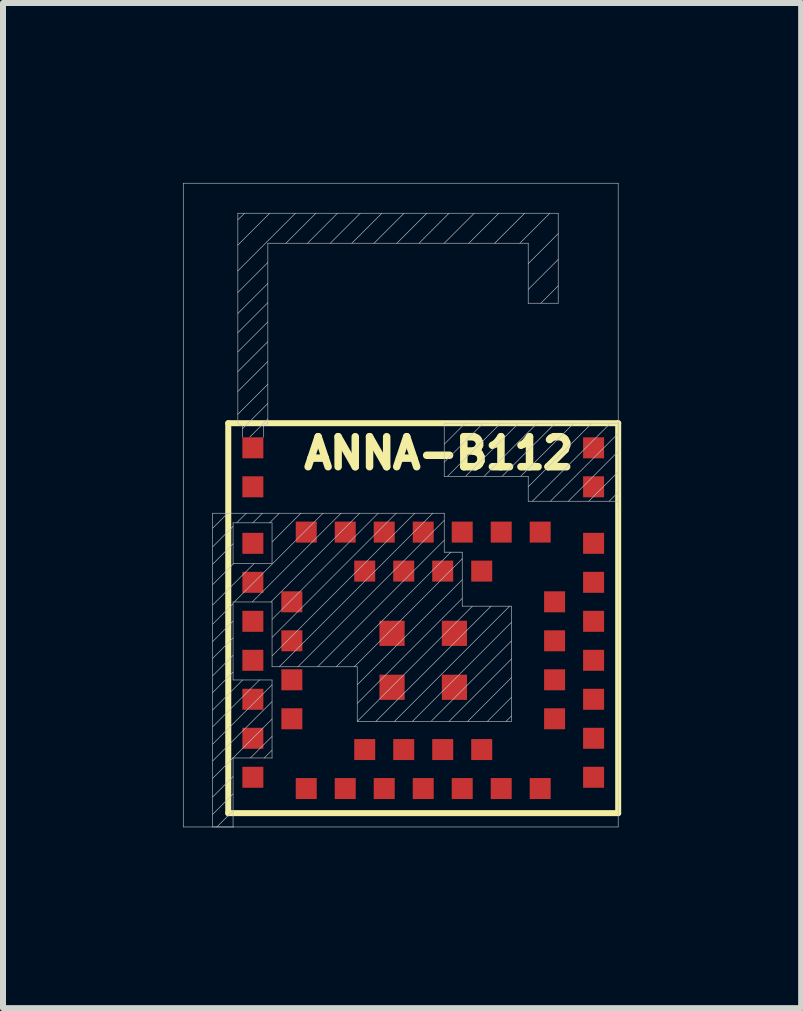
<source format=kicad_pcb>
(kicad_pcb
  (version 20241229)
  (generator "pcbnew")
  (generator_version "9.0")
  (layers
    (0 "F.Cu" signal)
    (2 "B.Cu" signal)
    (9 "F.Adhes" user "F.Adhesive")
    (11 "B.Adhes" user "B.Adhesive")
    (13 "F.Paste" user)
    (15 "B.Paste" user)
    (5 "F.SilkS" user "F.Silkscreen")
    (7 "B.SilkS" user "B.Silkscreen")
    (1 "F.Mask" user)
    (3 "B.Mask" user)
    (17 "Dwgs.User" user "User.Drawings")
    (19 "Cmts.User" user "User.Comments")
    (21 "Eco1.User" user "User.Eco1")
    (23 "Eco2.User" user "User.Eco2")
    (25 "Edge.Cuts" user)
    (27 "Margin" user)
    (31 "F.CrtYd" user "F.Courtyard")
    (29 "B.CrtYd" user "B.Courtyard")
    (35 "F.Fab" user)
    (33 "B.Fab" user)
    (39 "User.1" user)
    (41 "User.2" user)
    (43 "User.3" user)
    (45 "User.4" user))
  (footprint "ANNA-B112"
    (layer "F.Cu")
    (at 0.755 10.505)
    (property "Reference" "ANNA-B112" (at 3.51 -6 0) (layer "F.SilkS") (effects (font (size 0.5 0.5) (thickness 0.125))))
    (attr smd)
    (fp_line (start 0 -6.5) (end 6.5 -6.5) (stroke (width 0.1) (type solid)) (layer "F.SilkS"))
    (fp_line (start 0 0) (end 0 -6.5) (stroke (width 0.1) (type solid)) (layer "F.SilkS"))
    (fp_line (start 0 0) (end 6.5 0) (stroke (width 0.1) (type solid)) (layer "F.SilkS"))
    (fp_line (start 6.5 -6.5) (end 6.5 0) (stroke (width 0.1) (type solid)) (layer "F.SilkS"))
    (fp_line (start -0.75 -10.5) (end -0.75 0.23) (stroke (width 0.01) (type solid)) (layer "Dwgs.User"))
    (fp_line (start -0.75 0.23) (end 6.5 0.23) (stroke (width 0.01) (type solid)) (layer "Dwgs.User"))
    (fp_line (start -0.26 -5) (end 3.6 -5) (stroke (width 0.01) (type solid)) (layer "Dwgs.User"))
    (fp_line (start -0.26 -4.75) (end -0.01 -5) (stroke (width 0.01) (type solid)) (layer "Dwgs.User"))
    (fp_line (start -0.26 -4.44) (end 0.08 -4.78) (stroke (width 0.01) (type solid)) (layer "Dwgs.User"))
    (fp_line (start -0.26 -4.15) (end 0.08 -4.49) (stroke (width 0.01) (type solid)) (layer "Dwgs.User"))
    (fp_line (start -0.26 -3.81) (end 0.09 -4.16) (stroke (width 0.01) (type solid)) (layer "Dwgs.User"))
    (fp_line (start -0.26 -3.47) (end 0.43 -4.16) (stroke (width 0.01) (type solid)) (layer "Dwgs.User"))
    (fp_line (start -0.26 -3.15) (end 0.08 -3.49) (stroke (width 0.01) (type solid)) (layer "Dwgs.User"))
    (fp_line (start -0.26 -2.86) (end 0.08 -3.2) (stroke (width 0.01) (type solid)) (layer "Dwgs.User"))
    (fp_line (start -0.26 -2.58) (end 0.08 -2.92) (stroke (width 0.01) (type solid)) (layer "Dwgs.User"))
    (fp_line (start -0.26 -2.29) (end 0.08 -2.63) (stroke (width 0.01) (type solid)) (layer "Dwgs.User"))
    (fp_line (start -0.26 -2.01) (end 0.08 -2.35) (stroke (width 0.01) (type solid)) (layer "Dwgs.User"))
    (fp_line (start -0.26 -1.72) (end 0.24 -2.22) (stroke (width 0.01) (type solid)) (layer "Dwgs.User"))
    (fp_line (start -0.26 -1.44) (end 0.52 -2.22) (stroke (width 0.01) (type solid)) (layer "Dwgs.User"))
    (fp_line (start -0.26 -1.15) (end 0.73 -2.14) (stroke (width 0.01) (type solid)) (layer "Dwgs.User"))
    (fp_line (start -0.26 -0.87) (end 0.73 -1.86) (stroke (width 0.01) (type solid)) (layer "Dwgs.User"))
    (fp_line (start -0.26 -0.58) (end 0.08 -0.92) (stroke (width 0.01) (type solid)) (layer "Dwgs.User"))
    (fp_line (start -0.26 -0.27) (end 0.08 -0.61) (stroke (width 0.01) (type solid)) (layer "Dwgs.User"))
    (fp_line (start -0.26 0.02) (end 0.08 -0.32) (stroke (width 0.01) (type solid)) (layer "Dwgs.User"))
    (fp_line (start -0.26 0.23) (end -0.26 -5) (stroke (width 0.01) (type solid)) (layer "Dwgs.User"))
    (fp_line (start -0.19 0.23) (end 0.08 -0.04) (stroke (width 0.01) (type solid)) (layer "Dwgs.User"))
    (fp_line (start 0.08 -4.84) (end 0.73 -4.84) (stroke (width 0.01) (type solid)) (layer "Dwgs.User"))
    (fp_line (start 0.08 -4.16) (end 0.08 -4.84) (stroke (width 0.01) (type solid)) (layer "Dwgs.User"))
    (fp_line (start 0.08 -3.52) (end 0.08 -2.22) (stroke (width 0.01) (type solid)) (layer "Dwgs.User"))
    (fp_line (start 0.08 -2.22) (end 0.73 -2.22) (stroke (width 0.01) (type solid)) (layer "Dwgs.User"))
    (fp_line (start 0.08 -0.92) (end 0.08 0.23) (stroke (width 0.01) (type solid)) (layer "Dwgs.User"))
    (fp_line (start 0.08 -0.92) (end 0.73 -1.57) (stroke (width 0.01) (type solid)) (layer "Dwgs.User"))
    (fp_line (start 0.09 0.23) (end -0.26 0.23) (stroke (width 0.01) (type solid)) (layer "Dwgs.User"))
    (fp_line (start 0.1 -3.52) (end 1.58 -5) (stroke (width 0.01) (type solid)) (layer "Dwgs.User"))
    (fp_line (start 0.14 -4.84) (end 0.3 -5) (stroke (width 0.01) (type solid)) (layer "Dwgs.User"))
    (fp_line (start 0.16 -10) (end 0.16 -6.5) (stroke (width 0.01) (type solid)) (layer "Dwgs.User"))
    (fp_line (start 0.16 -10) (end 5.5 -10) (stroke (width 0.01) (type solid)) (layer "Dwgs.User"))
    (fp_line (start 0.16 -9.89) (end 0.27 -10) (stroke (width 0.01) (type solid)) (layer "Dwgs.User"))
    (fp_line (start 0.16 -9.47) (end 0.69 -10) (stroke (width 0.01) (type solid)) (layer "Dwgs.User"))
    (fp_line (start 0.16 -9.04) (end 1.12 -10) (stroke (width 0.01) (type solid)) (layer "Dwgs.User"))
    (fp_line (start 0.16 -8.68) (end 0.66 -9.18) (stroke (width 0.01) (type solid)) (layer "Dwgs.User"))
    (fp_line (start 0.16 -8.33) (end 0.66 -8.83) (stroke (width 0.01) (type solid)) (layer "Dwgs.User"))
    (fp_line (start 0.16 -8.01) (end 0.66 -8.51) (stroke (width 0.01) (type solid)) (layer "Dwgs.User"))
    (fp_line (start 0.16 -7.69) (end 0.66 -8.19) (stroke (width 0.01) (type solid)) (layer "Dwgs.User"))
    (fp_line (start 0.16 -7.36) (end 0.66 -7.86) (stroke (width 0.01) (type solid)) (layer "Dwgs.User"))
    (fp_line (start 0.16 -7.03) (end 0.66 -7.53) (stroke (width 0.01) (type solid)) (layer "Dwgs.User"))
    (fp_line (start 0.16 -6.65) (end 0.66 -7.15) (stroke (width 0.01) (type solid)) (layer "Dwgs.User"))
    (fp_line (start 0.235 -6.45) (end 0.16 -6.5) (stroke (width 0.01) (type solid)) (layer "Dwgs.User"))
    (fp_line (start 0.235 -6.265) (end 0.235 -6.45) (stroke (width 0.01) (type solid)) (layer "Dwgs.User"))
    (fp_line (start 0.24 -6.41) (end 0.66 -6.83) (stroke (width 0.01) (type solid)) (layer "Dwgs.User"))
    (fp_line (start 0.36 -6.27) (end 0.66 -6.57) (stroke (width 0.01) (type solid)) (layer "Dwgs.User"))
    (fp_line (start 0.37 -0.92) (end 0.73 -1.28) (stroke (width 0.01) (type solid)) (layer "Dwgs.User"))
    (fp_line (start 0.4 -3.52) (end 1.88 -5) (stroke (width 0.01) (type solid)) (layer "Dwgs.User"))
    (fp_line (start 0.41 -4.84) (end 0.57 -5) (stroke (width 0.01) (type solid)) (layer "Dwgs.User"))
    (fp_line (start 0.585 -6.45) (end 0.585 -6.265) (stroke (width 0.01) (type solid)) (layer "Dwgs.User"))
    (fp_line (start 0.6 -0.92) (end 0.73 -1.05) (stroke (width 0.01) (type solid)) (layer "Dwgs.User"))
    (fp_line (start 0.66 -9.5) (end 0.66 -6.5) (stroke (width 0.01) (type solid)) (layer "Dwgs.User"))
    (fp_line (start 0.66 -9.5) (end 5 -9.5) (stroke (width 0.01) (type solid)) (layer "Dwgs.User"))
    (fp_line (start 0.66 -6.5) (end 0.585 -6.45) (stroke (width 0.01) (type solid)) (layer "Dwgs.User"))
    (fp_line (start 0.69 -4.84) (end 0.85 -5) (stroke (width 0.01) (type solid)) (layer "Dwgs.User"))
    (fp_line (start 0.71 -3.52) (end 2.19 -5) (stroke (width 0.01) (type solid)) (layer "Dwgs.User"))
    (fp_line (start 0.73 -4.84) (end 0.73 -4.16) (stroke (width 0.01) (type solid)) (layer "Dwgs.User"))
    (fp_line (start 0.73 -4.52) (end 1.21 -5) (stroke (width 0.01) (type solid)) (layer "Dwgs.User"))
    (fp_line (start 0.73 -4.16) (end 0.08 -4.16) (stroke (width 0.01) (type solid)) (layer "Dwgs.User"))
    (fp_line (start 0.73 -3.52) (end 0.08 -3.52) (stroke (width 0.01) (type solid)) (layer "Dwgs.User"))
    (fp_line (start 0.73 -3.23) (end 2.5 -5) (stroke (width 0.01) (type solid)) (layer "Dwgs.User"))
    (fp_line (start 0.73 -2.93) (end 2.8 -5) (stroke (width 0.01) (type solid)) (layer "Dwgs.User"))
    (fp_line (start 0.73 -2.62) (end 3.11 -5) (stroke (width 0.01) (type solid)) (layer "Dwgs.User"))
    (fp_line (start 0.73 -2.44) (end 0.73 -3.52) (stroke (width 0.01) (type solid)) (layer "Dwgs.User"))
    (fp_line (start 0.73 -2.22) (end 0.73 -0.92) (stroke (width 0.01) (type solid)) (layer "Dwgs.User"))
    (fp_line (start 0.73 -0.92) (end 0.08 -0.92) (stroke (width 0.01) (type solid)) (layer "Dwgs.User"))
    (fp_line (start 0.85 -2.44) (end 3.41 -5) (stroke (width 0.01) (type solid)) (layer "Dwgs.User"))
    (fp_line (start 0.96 -9.5) (end 1.46 -10) (stroke (width 0.01) (type solid)) (layer "Dwgs.User"))
    (fp_line (start 1.16 -2.44) (end 3.6 -4.88) (stroke (width 0.01) (type solid)) (layer "Dwgs.User"))
    (fp_line (start 1.32 -9.5) (end 1.82 -10) (stroke (width 0.01) (type solid)) (layer "Dwgs.User"))
    (fp_line (start 1.49 -2.44) (end 3.6 -4.55) (stroke (width 0.01) (type solid)) (layer "Dwgs.User"))
    (fp_line (start 1.7 -9.5) (end 2.2 -10) (stroke (width 0.01) (type solid)) (layer "Dwgs.User"))
    (fp_line (start 1.8 -2.44) (end 3.71 -4.35) (stroke (width 0.01) (type solid)) (layer "Dwgs.User"))
    (fp_line (start 2.06 -9.5) (end 2.56 -10) (stroke (width 0.01) (type solid)) (layer "Dwgs.User"))
    (fp_line (start 2.1 -2.44) (end 3.9 -4.24) (stroke (width 0.01) (type solid)) (layer "Dwgs.User"))
    (fp_line (start 2.15 -2.44) (end 0.73 -2.44) (stroke (width 0.01) (type solid)) (layer "Dwgs.User"))
    (fp_line (start 2.15 -2.14) (end 3.9 -3.89) (stroke (width 0.01) (type solid)) (layer "Dwgs.User"))
    (fp_line (start 2.15 -1.83) (end 3.9 -3.58) (stroke (width 0.01) (type solid)) (layer "Dwgs.User"))
    (fp_line (start 2.15 -1.53) (end 2.15 -2.44) (stroke (width 0.01) (type solid)) (layer "Dwgs.User"))
    (fp_line (start 2.15 -1.53) (end 4.07 -3.45) (stroke (width 0.01) (type solid)) (layer "Dwgs.User"))
    (fp_line (start 2.43 -9.5) (end 2.93 -10) (stroke (width 0.01) (type solid)) (layer "Dwgs.User"))
    (fp_line (start 2.46 -1.53) (end 4.38 -3.45) (stroke (width 0.01) (type solid)) (layer "Dwgs.User"))
    (fp_line (start 2.77 -1.53) (end 4.69 -3.45) (stroke (width 0.01) (type solid)) (layer "Dwgs.User"))
    (fp_line (start 2.81 -9.5) (end 3.31 -10) (stroke (width 0.01) (type solid)) (layer "Dwgs.User"))
    (fp_line (start 3.07 -1.53) (end 4.72 -3.18) (stroke (width 0.01) (type solid)) (layer "Dwgs.User"))
    (fp_line (start 3.18 -9.5) (end 3.68 -10) (stroke (width 0.01) (type solid)) (layer "Dwgs.User"))
    (fp_line (start 3.39 -1.54) (end 4.72 -2.87) (stroke (width 0.01) (type solid)) (layer "Dwgs.User"))
    (fp_line (start 3.6 -9.5) (end 4.1 -10) (stroke (width 0.01) (type solid)) (layer "Dwgs.User"))
    (fp_line (start 3.6 -6.5) (end 3.6 -5.615) (stroke (width 0.01) (type solid)) (layer "Dwgs.User"))
    (fp_line (start 3.6 -6.5) (end 6.5 -6.5) (stroke (width 0.01) (type solid)) (layer "Dwgs.User"))
    (fp_line (start 3.6 -6.15) (end 3.95 -6.5) (stroke (width 0.01) (type solid)) (layer "Dwgs.User"))
    (fp_line (start 3.6 -5.85) (end 4.25 -6.5) (stroke (width 0.01) (type solid)) (layer "Dwgs.User"))
    (fp_line (start 3.6 -5.615) (end 5 -5.615) (stroke (width 0.01) (type solid)) (layer "Dwgs.User"))
    (fp_line (start 3.6 -5) (end 3.6 -4.35) (stroke (width 0.01) (type solid)) (layer "Dwgs.User"))
    (fp_line (start 3.6 -4.35) (end 3.9 -4.35) (stroke (width 0.01) (type solid)) (layer "Dwgs.User"))
    (fp_line (start 3.66 -5.62) (end 4.54 -6.5) (stroke (width 0.01) (type solid)) (layer "Dwgs.User"))
    (fp_line (start 3.68 -1.53) (end 4.72 -2.57) (stroke (width 0.01) (type solid)) (layer "Dwgs.User"))
    (fp_line (start 3.9 -4.35) (end 3.9 -3.45) (stroke (width 0.01) (type solid)) (layer "Dwgs.User"))
    (fp_line (start 3.9 -3.45) (end 4.72 -3.45) (stroke (width 0.01) (type solid)) (layer "Dwgs.User"))
    (fp_line (start 3.96 -5.62) (end 4.84 -6.5) (stroke (width 0.01) (type solid)) (layer "Dwgs.User"))
    (fp_line (start 3.99 -1.53) (end 4.72 -2.26) (stroke (width 0.01) (type solid)) (layer "Dwgs.User"))
    (fp_line (start 4.01 -9.5) (end 4.51 -10) (stroke (width 0.01) (type solid)) (layer "Dwgs.User"))
    (fp_line (start 4.27 -5.62) (end 5.15 -6.5) (stroke (width 0.01) (type solid)) (layer "Dwgs.User"))
    (fp_line (start 4.32 -1.53) (end 4.72 -1.93) (stroke (width 0.01) (type solid)) (layer "Dwgs.User"))
    (fp_line (start 4.44 -9.5) (end 4.94 -10) (stroke (width 0.01) (type solid)) (layer "Dwgs.User"))
    (fp_line (start 4.57 -5.62) (end 5.45 -6.5) (stroke (width 0.01) (type solid)) (layer "Dwgs.User"))
    (fp_line (start 4.63 -1.53) (end 4.72 -1.62) (stroke (width 0.01) (type solid)) (layer "Dwgs.User"))
    (fp_line (start 4.72 -3.45) (end 4.72 -1.53) (stroke (width 0.01) (type solid)) (layer "Dwgs.User"))
    (fp_line (start 4.72 -1.53) (end 2.15 -1.53) (stroke (width 0.01) (type solid)) (layer "Dwgs.User"))
    (fp_line (start 4.86 -9.5) (end 5.36 -10) (stroke (width 0.01) (type solid)) (layer "Dwgs.User"))
    (fp_line (start 4.88 -5.62) (end 5.76 -6.5) (stroke (width 0.01) (type solid)) (layer "Dwgs.User"))
    (fp_line (start 5 -9.5) (end 5 -8.5) (stroke (width 0.01) (type solid)) (layer "Dwgs.User"))
    (fp_line (start 5 -9.16) (end 5.5 -9.66) (stroke (width 0.01) (type solid)) (layer "Dwgs.User"))
    (fp_line (start 5 -8.73) (end 5.5 -9.23) (stroke (width 0.01) (type solid)) (layer "Dwgs.User"))
    (fp_line (start 5 -8.5) (end 5.5 -8.5) (stroke (width 0.01) (type solid)) (layer "Dwgs.User"))
    (fp_line (start 5 -5.615) (end 5 -5.2) (stroke (width 0.01) (type solid)) (layer "Dwgs.User"))
    (fp_line (start 5 -5.44) (end 6.06 -6.5) (stroke (width 0.01) (type solid)) (layer "Dwgs.User"))
    (fp_line (start 5.07 -5.2) (end 6.37 -6.5) (stroke (width 0.01) (type solid)) (layer "Dwgs.User"))
    (fp_line (start 5.21 -8.5) (end 5.5 -8.79) (stroke (width 0.01) (type solid)) (layer "Dwgs.User"))
    (fp_line (start 5.37 -5.2) (end 6.5 -6.33) (stroke (width 0.01) (type solid)) (layer "Dwgs.User"))
    (fp_line (start 5.5 -10) (end 5.5 -8.5) (stroke (width 0.01) (type solid)) (layer "Dwgs.User"))
    (fp_line (start 5.67 -5.2) (end 6.5 -6.03) (stroke (width 0.01) (type solid)) (layer "Dwgs.User"))
    (fp_line (start 6.01 -5.2) (end 6.5 -5.69) (stroke (width 0.01) (type solid)) (layer "Dwgs.User"))
    (fp_line (start 6.35 -5.2) (end 6.5 -5.35) (stroke (width 0.01) (type solid)) (layer "Dwgs.User"))
    (fp_line (start 6.5 -10.5) (end -0.75 -10.5) (stroke (width 0.01) (type solid)) (layer "Dwgs.User"))
    (fp_line (start 6.5 -6.5) (end 6.5 -5.1) (stroke (width 0.01) (type solid)) (layer "Dwgs.User"))
    (fp_line (start 6.5 -5.2) (end 5 -5.2) (stroke (width 0.01) (type solid)) (layer "Dwgs.User"))
    (fp_line (start 6.5 0.23) (end 6.5 -10.5) (stroke (width 0.01) (type solid)) (layer "Dwgs.User"))
    (fp_line (start -0.75 -10.5) (end 6.5 -10.5) (stroke (width 0.01) (type solid)) (layer "Eco1.User"))
    (fp_line (start -0.75 0.23) (end -0.75 -10.5) (stroke (width 0.01) (type solid)) (layer "Eco1.User"))
    (fp_line (start -0.75 0.23) (end 6.5 0.23) (stroke (width 0.01) (type solid)) (layer "Eco1.User"))
    (fp_line (start -0.26 -5) (end -0.26 0.23) (stroke (width 0.01) (type solid)) (layer "Eco1.User"))
    (fp_line (start -0.13 0.23) (end -0.26 0.1) (stroke (width 0.01) (type solid)) (layer "Eco1.User"))
    (fp_line (start 0.18 0.23) (end -0.26 -0.21) (stroke (width 0.01) (type solid)) (layer "Eco1.User"))
    (fp_line (start 0.51 0.23) (end -0.26 -0.54) (stroke (width 0.01) (type solid)) (layer "Eco1.User"))
    (fp_line (start 0.81 0.23) (end -0.26 -0.84) (stroke (width 0.01) (type solid)) (layer "Eco1.User"))
    (fp_line (start 1.19 0.23) (end -0.26 -1.22) (stroke (width 0.01) (type solid)) (layer "Eco1.User"))
    (fp_line (start 1.48 0.23) (end -0.26 -1.51) (stroke (width 0.01) (type solid)) (layer "Eco1.User"))
    (fp_line (start 1.78 0.23) (end -0.26 -1.81) (stroke (width 0.01) (type solid)) (layer "Eco1.User"))
    (fp_line (start 2.09 0.23) (end -0.26 -2.12) (stroke (width 0.01) (type solid)) (layer "Eco1.User"))
    (fp_line (start 2.39 0.23) (end -0.26 -2.42) (stroke (width 0.01) (type solid)) (layer "Eco1.User"))
    (fp_line (start 2.7 0.23) (end -0.26 -2.73) (stroke (width 0.01) (type solid)) (layer "Eco1.User"))
    (fp_line (start 3.03 0.23) (end -0.26 -3.06) (stroke (width 0.01) (type solid)) (layer "Eco1.User"))
    (fp_line (start 3.3 0.23) (end -0.26 -3.33) (stroke (width 0.01) (type solid)) (layer "Eco1.User"))
    (fp_line (start 3.6 -6.5) (end 3.6 -5.615) (stroke (width 0.01) (type solid)) (layer "Eco1.User"))
    (fp_line (start 3.6 -5.615) (end 5 -5.615) (stroke (width 0.01) (type solid)) (layer "Eco1.User"))
    (fp_line (start 3.63 0.23) (end -0.26 -3.66) (stroke (width 0.01) (type solid)) (layer "Eco1.User"))
    (fp_line (start 3.7 -5.62) (end 3.6 -5.72) (stroke (width 0.01) (type solid)) (layer "Eco1.User"))
    (fp_line (start 3.95 0.23) (end -0.26 -3.98) (stroke (width 0.01) (type solid)) (layer "Eco1.User"))
    (fp_line (start 4 -5.62) (end 3.6 -6.02) (stroke (width 0.01) (type solid)) (layer "Eco1.User"))
    (fp_line (start 4.3 0.23) (end -0.26 -4.33) (stroke (width 0.01) (type solid)) (layer "Eco1.User"))
    (fp_line (start 4.31 -5.62) (end 3.6 -6.33) (stroke (width 0.01) (type solid)) (layer "Eco1.User"))
    (fp_line (start 4.58 0.23) (end -0.26 -4.61) (stroke (width 0.01) (type solid)) (layer "Eco1.User"))
    (fp_line (start 4.6 -5.62) (end 3.72 -6.5) (stroke (width 0.01) (type solid)) (layer "Eco1.User"))
    (fp_line (start 4.89 0.23) (end -0.26 -4.92) (stroke (width 0.01) (type solid)) (layer "Eco1.User"))
    (fp_line (start 4.92 -5.62) (end 4.04 -6.5) (stroke (width 0.01) (type solid)) (layer "Eco1.User"))
    (fp_line (start 5 -5.615) (end 5 -5) (stroke (width 0.01) (type solid)) (layer "Eco1.User"))
    (fp_line (start 5 -5) (end -0.26 -5) (stroke (width 0.01) (type solid)) (layer "Eco1.User"))
    (fp_line (start 5.23 0.23) (end 0 -5) (stroke (width 0.01) (type solid)) (layer "Eco1.User"))
    (fp_line (start 5.52 0.23) (end 0.29 -5) (stroke (width 0.01) (type solid)) (layer "Eco1.User"))
    (fp_line (start 5.82 0.23) (end 0.59 -5) (stroke (width 0.01) (type solid)) (layer "Eco1.User"))
    (fp_line (start 6.13 0.23) (end 0.9 -5) (stroke (width 0.01) (type solid)) (layer "Eco1.User"))
    (fp_line (start 6.43 0.23) (end 1.2 -5) (stroke (width 0.01) (type solid)) (layer "Eco1.User"))
    (fp_line (start 6.5 -10.5) (end 6.5 0.23) (stroke (width 0.01) (type solid)) (layer "Eco1.User"))
    (fp_line (start 6.5 -6.5) (end 3.6 -6.5) (stroke (width 0.01) (type solid)) (layer "Eco1.User"))
    (fp_line (start 6.5 -6.23) (end 6.23 -6.5) (stroke (width 0.01) (type solid)) (layer "Eco1.User"))
    (fp_line (start 6.5 -5.92) (end 5.92 -6.5) (stroke (width 0.01) (type solid)) (layer "Eco1.User"))
    (fp_line (start 6.5 -5.64) (end 5.64 -6.5) (stroke (width 0.01) (type solid)) (layer "Eco1.User"))
    (fp_line (start 6.5 -5.29) (end 5.29 -6.5) (stroke (width 0.01) (type solid)) (layer "Eco1.User"))
    (fp_line (start 6.5 -4.96) (end 4.96 -6.5) (stroke (width 0.01) (type solid)) (layer "Eco1.User"))
    (fp_line (start 6.5 -4.65) (end 4.65 -6.5) (stroke (width 0.01) (type solid)) (layer "Eco1.User"))
    (fp_line (start 6.5 -4.35) (end 4.35 -6.5) (stroke (width 0.01) (type solid)) (layer "Eco1.User"))
    (fp_line (start 6.5 -4.04) (end 5 -5.54) (stroke (width 0.01) (type solid)) (layer "Eco1.User"))
    (fp_line (start 6.5 -3.72) (end 5 -5.22) (stroke (width 0.01) (type solid)) (layer "Eco1.User"))
    (fp_line (start 6.5 -3.43) (end 4.93 -5) (stroke (width 0.01) (type solid)) (layer "Eco1.User"))
    (fp_line (start 6.5 -3.12) (end 4.62 -5) (stroke (width 0.01) (type solid)) (layer "Eco1.User"))
    (fp_line (start 6.5 -2.82) (end 4.32 -5) (stroke (width 0.01) (type solid)) (layer "Eco1.User"))
    (fp_line (start 6.5 -2.53) (end 4.03 -5) (stroke (width 0.01) (type solid)) (layer "Eco1.User"))
    (fp_line (start 6.5 -2.2) (end 3.7 -5) (stroke (width 0.01) (type solid)) (layer "Eco1.User"))
    (fp_line (start 6.5 -1.89) (end 3.39 -5) (stroke (width 0.01) (type solid)) (layer "Eco1.User"))
    (fp_line (start 6.5 -1.61) (end 3.11 -5) (stroke (width 0.01) (type solid)) (layer "Eco1.User"))
    (fp_line (start 6.5 -1.26) (end 2.76 -5) (stroke (width 0.01) (type solid)) (layer "Eco1.User"))
    (fp_line (start 6.5 -0.93) (end 2.43 -5) (stroke (width 0.01) (type solid)) (layer "Eco1.User"))
    (fp_line (start 6.5 -0.62) (end 2.12 -5) (stroke (width 0.01) (type solid)) (layer "Eco1.User"))
    (fp_line (start 6.5 -0.32) (end 1.82 -5) (stroke (width 0.01) (type solid)) (layer "Eco1.User"))
    (fp_line (start 6.5 -0.01) (end 1.51 -5) (stroke (width 0.01) (type solid)) (layer "Eco1.User"))
    (fp_line (start 6.5 0.23) (end 6.5 -6.5) (stroke (width 0.01) (type solid)) (layer "Eco1.User"))
    (pad "1" smd rect (at 0.41 -6.09) (size 0.35 0.35) (layers "F.Cu" "F.Mask" "F.Paste"))
    (pad "2" smd rect (at 0.41 -5.44) (size 0.35 0.35) (layers "F.Cu" "F.Mask" "F.Paste"))
    (pad "3" smd rect (at 0.41 -4.498) (size 0.35 0.35) (layers "F.Cu" "F.Mask" "F.Paste"))
    (pad "4" smd rect (at 0.41 -3.848) (size 0.35 0.35) (layers "F.Cu" "F.Mask" "F.Paste"))
    (pad "5" smd rect (at 0.41 -3.198) (size 0.35 0.35) (layers "F.Cu" "F.Mask" "F.Paste"))
    (pad "6" smd rect (at 0.41 -2.548) (size 0.35 0.35) (layers "F.Cu" "F.Mask" "F.Paste"))
    (pad "7" smd rect (at 0.41 -1.898) (size 0.35 0.35) (layers "F.Cu" "F.Mask" "F.Paste"))
    (pad "8" smd rect (at 0.41 -1.248) (size 0.35 0.35) (layers "F.Cu" "F.Mask" "F.Paste"))
    (pad "9" smd rect (at 0.41 -0.598) (size 0.35 0.35) (layers "F.Cu" "F.Mask" "F.Paste"))
    (pad "10" smd rect (at 1.06 -3.523) (size 0.35 0.35) (layers "F.Cu" "F.Mask" "F.Paste"))
    (pad "11" smd rect (at 1.06 -2.873) (size 0.35 0.35) (layers "F.Cu" "F.Mask" "F.Paste"))
    (pad "12" smd rect (at 1.06 -2.223) (size 0.35 0.35) (layers "F.Cu" "F.Mask" "F.Paste"))
    (pad "13" smd rect (at 1.06 -1.573) (size 0.35 0.35) (layers "F.Cu" "F.Mask" "F.Paste"))
    (pad "14" smd rect (at 1.3 -0.41) (size 0.35 0.35) (layers "F.Cu" "F.Mask" "F.Paste"))
    (pad "15" smd rect (at 1.95 -0.41) (size 0.35 0.35) (layers "F.Cu" "F.Mask" "F.Paste"))
    (pad "16" smd rect (at 2.6 -0.41) (size 0.35 0.35) (layers "F.Cu" "F.Mask" "F.Paste"))
    (pad "17" smd rect (at 3.25 -0.41) (size 0.35 0.35) (layers "F.Cu" "F.Mask" "F.Paste"))
    (pad "18" smd rect (at 3.9 -0.41) (size 0.35 0.35) (layers "F.Cu" "F.Mask" "F.Paste"))
    (pad "19" smd rect (at 4.55 -0.41) (size 0.35 0.35) (layers "F.Cu" "F.Mask" "F.Paste"))
    (pad "20" smd rect (at 5.2 -0.41) (size 0.35 0.35) (layers "F.Cu" "F.Mask" "F.Paste"))
    (pad "21" smd rect (at 2.275 -1.06) (size 0.35 0.35) (layers "F.Cu" "F.Mask" "F.Paste"))
    (pad "22" smd rect (at 2.925 -1.06) (size 0.35 0.35) (layers "F.Cu" "F.Mask" "F.Paste"))
    (pad "23" smd rect (at 3.575 -1.06) (size 0.35 0.35) (layers "F.Cu" "F.Mask" "F.Paste"))
    (pad "24" smd rect (at 4.225 -1.06) (size 0.35 0.35) (layers "F.Cu" "F.Mask" "F.Paste"))
    (pad "25" smd rect (at 6.09 -0.598) (size 0.35 0.35) (layers "F.Cu" "F.Mask" "F.Paste"))
    (pad "26" smd rect (at 6.09 -1.248) (size 0.35 0.35) (layers "F.Cu" "F.Mask" "F.Paste"))
    (pad "27" smd rect (at 6.09 -1.898) (size 0.35 0.35) (layers "F.Cu" "F.Mask" "F.Paste"))
    (pad "28" smd rect (at 6.09 -2.548) (size 0.35 0.35) (layers "F.Cu" "F.Mask" "F.Paste"))
    (pad "29" smd rect (at 6.09 -3.198) (size 0.35 0.35) (layers "F.Cu" "F.Mask" "F.Paste"))
    (pad "30" smd rect (at 6.09 -3.848) (size 0.35 0.35) (layers "F.Cu" "F.Mask" "F.Paste"))
    (pad "31" smd rect (at 6.09 -4.498) (size 0.35 0.35) (layers "F.Cu" "F.Mask" "F.Paste"))
    (pad "32" smd rect (at 6.09 -5.44) (size 0.35 0.35) (layers "F.Cu" "F.Mask" "F.Paste"))
    (pad "33" smd rect (at 6.09 -6.09) (size 0.35 0.35) (layers "F.Cu" "F.Mask" "F.Paste"))
    (pad "34" smd rect (at 5.44 -1.573) (size 0.35 0.35) (layers "F.Cu" "F.Mask" "F.Paste"))
    (pad "35" smd rect (at 5.44 -2.223) (size 0.35 0.35) (layers "F.Cu" "F.Mask" "F.Paste"))
    (pad "36" smd rect (at 5.44 -2.873) (size 0.35 0.35) (layers "F.Cu" "F.Mask" "F.Paste"))
    (pad "37" smd rect (at 5.44 -3.523) (size 0.35 0.35) (layers "F.Cu" "F.Mask" "F.Paste"))
    (pad "38" smd rect (at 5.2 -4.685) (size 0.35 0.35) (layers "F.Cu" "F.Mask" "F.Paste"))
    (pad "39" smd rect (at 4.55 -4.685) (size 0.35 0.35) (layers "F.Cu" "F.Mask" "F.Paste"))
    (pad "40" smd rect (at 3.9 -4.685) (size 0.35 0.35) (layers "F.Cu" "F.Mask" "F.Paste"))
    (pad "41" smd rect (at 3.25 -4.685) (size 0.35 0.35) (layers "F.Cu" "F.Mask" "F.Paste"))
    (pad "42" smd rect (at 2.6 -4.685) (size 0.35 0.35) (layers "F.Cu" "F.Mask" "F.Paste"))
    (pad "43" smd rect (at 1.95 -4.685) (size 0.35 0.35) (layers "F.Cu" "F.Mask" "F.Paste"))
    (pad "44" smd rect (at 1.3 -4.685) (size 0.35 0.35) (layers "F.Cu" "F.Mask" "F.Paste"))
    (pad "45" smd rect (at 4.225 -4.035) (size 0.35 0.35) (layers "F.Cu" "F.Mask" "F.Paste"))
    (pad "46" smd rect (at 3.575 -4.035) (size 0.35 0.35) (layers "F.Cu" "F.Mask" "F.Paste"))
    (pad "47" smd rect (at 2.925 -4.035) (size 0.35 0.35) (layers "F.Cu" "F.Mask" "F.Paste"))
    (pad "48" smd rect (at 2.275 -4.035) (size 0.35 0.35) (layers "F.Cu" "F.Mask" "F.Paste"))
    (pad "49" smd rect (at 2.73 -2.998) (size 0.42 0.42) (layers "F.Cu" "F.Mask" "F.Paste"))
    (pad "50" smd rect (at 2.73 -2.098) (size 0.42 0.42) (layers "F.Cu" "F.Mask" "F.Paste"))
    (pad "51" smd rect (at 3.77 -2.098) (size 0.42 0.42) (layers "F.Cu" "F.Mask" "F.Paste"))
    (pad "52" smd rect (at 3.77 -2.998) (size 0.42 0.42) (layers "F.Cu" "F.Mask" "F.Paste")))
  (gr_rect
    (start -3 -3)
    (end 10.305 13.755)
    (stroke (width 0.1) (type default))
    (fill no)
    (layer "Edge.Cuts")))
</source>
